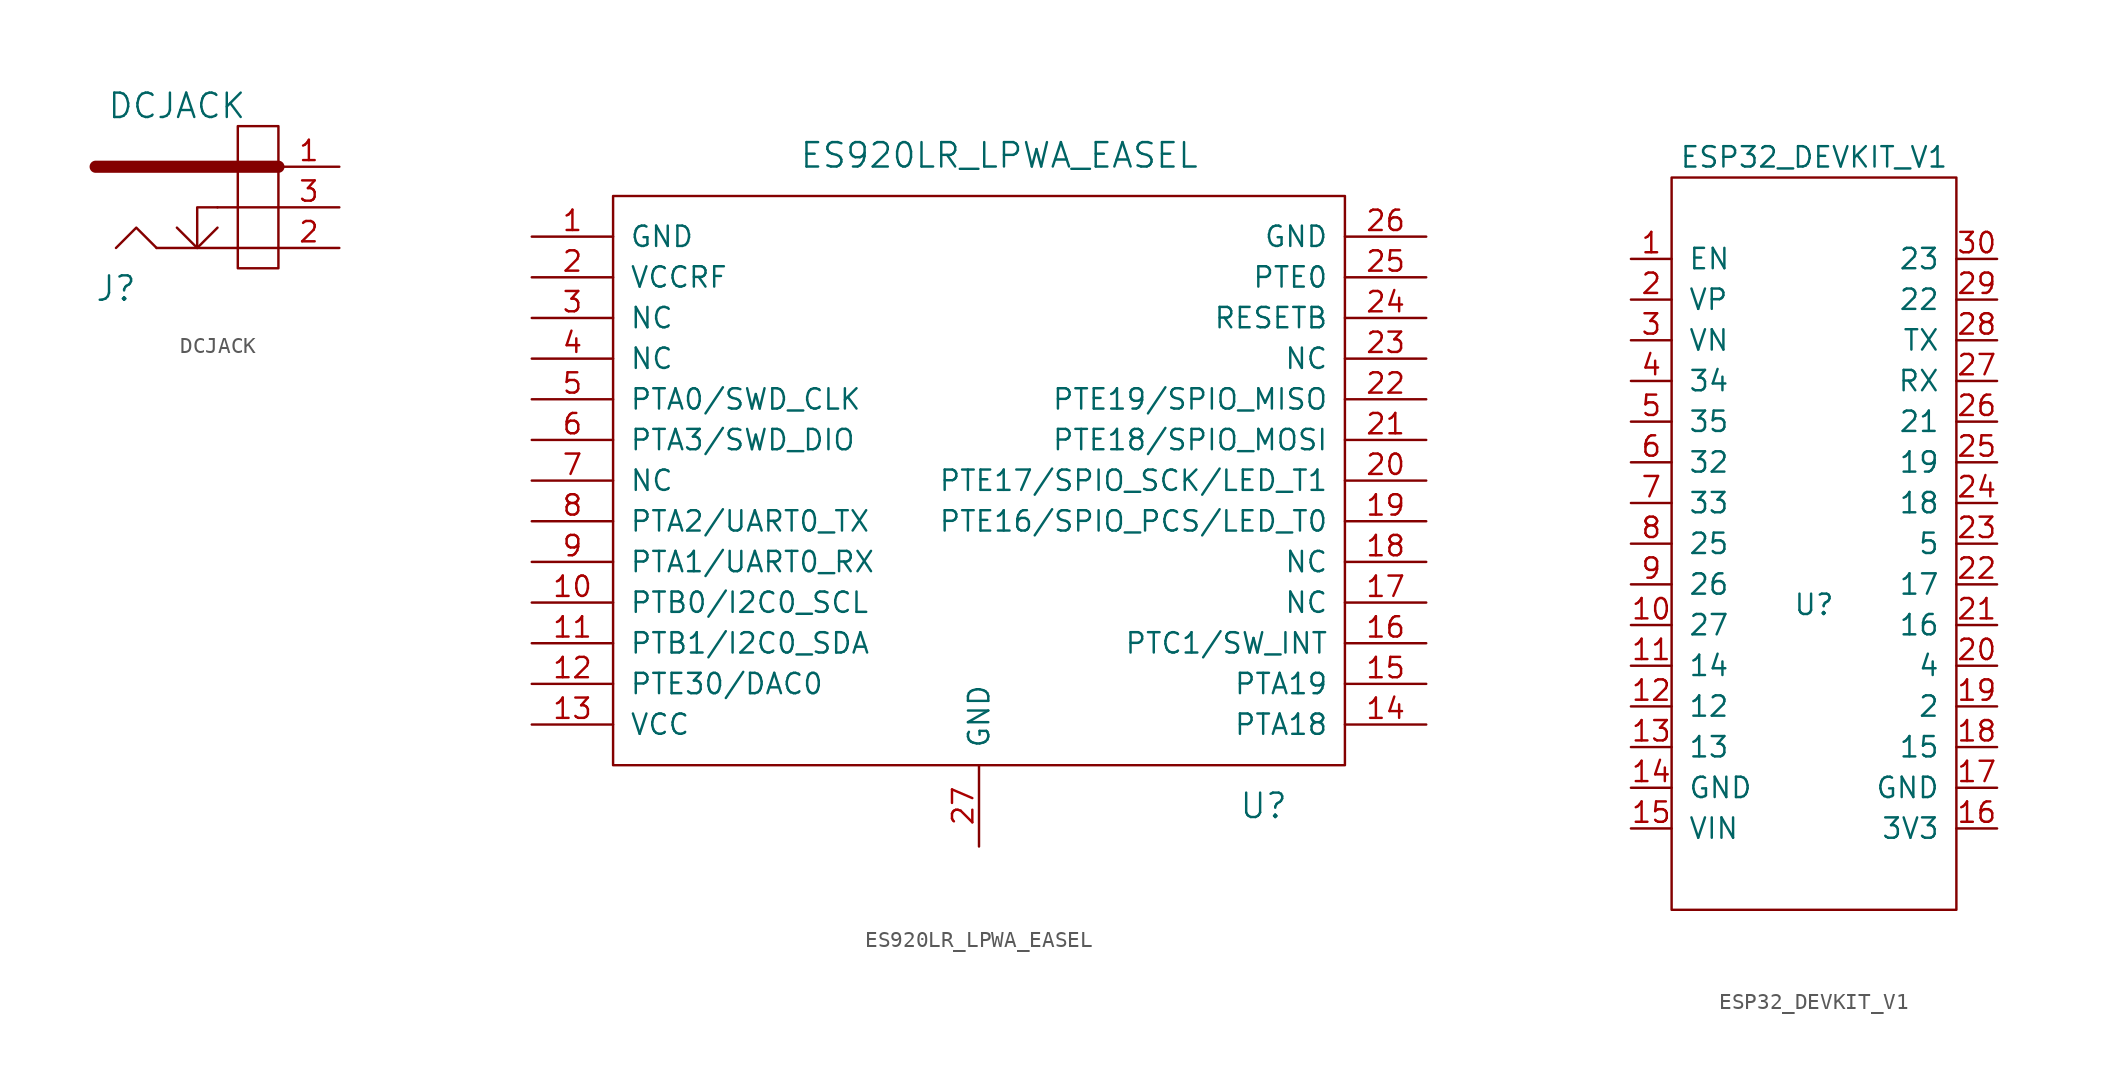
<source format=kicad_sym>
(kicad_symbol_lib
  (version 20220914)
  (generator kicad_symbol_editor)
  (symbol "DCJACK"
    (pin_names
      (offset 1.016))
    (property "Reference" "J"
      (at -2.54 -6.35 0)
      (effects (font (size 1.524 1.524))))
    (property "Value" "DCJACK"
      (at 1.27 5.08 0)
      (effects (font (size 1.524 1.524))))
    (property "Footprint" ""
      (at 0 0 0)
      (effects (font (size 1.524 1.524))))
    (property "Datasheet" ""
      (at 0 0 0)
      (effects (font (size 1.524 1.524))))
    (symbol "DCJACK_0_1"
      (polyline (pts (xy 0 1.27) (xy 0 1.27)) (stroke (width 0.254) (type solid)) (fill (type none)))
      (polyline (pts (xy -3.81 1.27) (xy 7.62 1.27) (xy 1.27 1.27)) (stroke (width 0.762) (type solid)) (fill (type none)))
      (polyline (pts (xy 3.81 -1.27) (xy 7.62 -1.27) (xy 7.62 -1.27)) (stroke (width 0) (type solid)) (fill (type none)))
      (polyline (pts (xy 0 -3.81) (xy -1.27 -2.54) (xy -2.54 -3.81) (xy -2.54 -3.81)) (stroke (width 0) (type solid)) (fill (type none)))
      (polyline (pts (xy 0 -3.81) (xy 7.62 -3.81) (xy 7.62 -3.81) (xy 7.62 -3.81)) (stroke (width 0) (type solid)) (fill (type none)))
      (polyline (pts (xy 1.27 -2.54) (xy 2.54 -3.81) (xy 3.81 -2.54) (xy 3.81 -2.54)) (stroke (width 0) (type solid)) (fill (type none)))
      (polyline (pts (xy 3.81 -1.27) (xy 2.54 -1.27) (xy 2.54 -3.81) (xy 2.54 -3.81)) (stroke (width 0) (type solid)) (fill (type none)))
      (polyline (pts (xy 6.35 3.81) (xy 7.62 3.81) (xy 7.62 -5.08) (xy 5.08 -5.08) (xy 5.08 3.81) (xy 6.35 3.81)) (stroke (width 0) (type solid)) (fill (type none))))
    (symbol "DCJACK_1_1"
      (pin power_in line (at 11.43 1.27 180) (length 3.81) (name "~" (effects (font (size 1.27 1.27)))) (number "1" (effects (font (size 1.27 1.27)))))
      (pin power_in line (at 11.43 -3.81 180) (length 3.81) (name "~" (effects (font (size 1.27 1.27)))) (number "2" (effects (font (size 1.27 1.27)))))
      (pin passive line (at 11.43 -1.27 180) (length 3.81) (name "~" (effects (font (size 1.27 1.27)))) (number "3" (effects (font (size 1.27 1.27)))))))
  (symbol "ES920LR_LPWA_EASEL"
    (pin_names
      (offset 1.016))
    (property "Reference" "U"
      (at 17.78 -20.32 0)
      (effects (font (size 1.524 1.524))))
    (property "Value" "ES920LR_LPWA_EASEL"
      (at 1.27 20.32 0)
      (effects (font (size 1.524 1.524))))
    (property "Footprint" ""
      (at -2.54 -2.54 0)
      (effects (font (size 1.524 1.524))))
    (property "Datasheet" ""
      (at -2.54 -2.54 0)
      (effects (font (size 1.524 1.524))))
    (symbol "ES920LR_LPWA_EASEL_0_1"
      (rectangle (start -22.86 17.78) (end 22.86 -17.78) (stroke (width 0) (type solid)) (fill (type none))))
    (symbol "ES920LR_LPWA_EASEL_1_1"
      (pin input line (at -27.94 15.24 0) (length 5.08) (name "GND" (effects (font (size 1.27 1.27)))) (number "1" (effects (font (size 1.27 1.27)))))
      (pin input line (at -27.94 -7.62 0) (length 5.08) (name "PTB0/I2C0_SCL" (effects (font (size 1.27 1.27)))) (number "10" (effects (font (size 1.27 1.27)))))
      (pin input line (at -27.94 -10.16 0) (length 5.08) (name "PTB1/I2C0_SDA" (effects (font (size 1.27 1.27)))) (number "11" (effects (font (size 1.27 1.27)))))
      (pin input line (at -27.94 -12.7 0) (length 5.08) (name "PTE30/DAC0" (effects (font (size 1.27 1.27)))) (number "12" (effects (font (size 1.27 1.27)))))
      (pin input line (at -27.94 -15.24 0) (length 5.08) (name "VCC" (effects (font (size 1.27 1.27)))) (number "13" (effects (font (size 1.27 1.27)))))
      (pin input line (at 27.94 -15.24 180) (length 5.08) (name "PTA18" (effects (font (size 1.27 1.27)))) (number "14" (effects (font (size 1.27 1.27)))))
      (pin input line (at 27.94 -12.7 180) (length 5.08) (name "PTA19" (effects (font (size 1.27 1.27)))) (number "15" (effects (font (size 1.27 1.27)))))
      (pin input line (at 27.94 -10.16 180) (length 5.08) (name "PTC1/SW_INT" (effects (font (size 1.27 1.27)))) (number "16" (effects (font (size 1.27 1.27)))))
      (pin input line (at 27.94 -7.62 180) (length 5.08) (name "NC" (effects (font (size 1.27 1.27)))) (number "17" (effects (font (size 1.27 1.27)))))
      (pin input line (at 27.94 -5.08 180) (length 5.08) (name "NC" (effects (font (size 1.27 1.27)))) (number "18" (effects (font (size 1.27 1.27)))))
      (pin input line (at 27.94 -2.54 180) (length 5.08) (name "PTE16/SPIO_PCS/LED_T0" (effects (font (size 1.27 1.27)))) (number "19" (effects (font (size 1.27 1.27)))))
      (pin input line (at -27.94 12.7 0) (length 5.08) (name "VCCRF" (effects (font (size 1.27 1.27)))) (number "2" (effects (font (size 1.27 1.27)))))
      (pin input line (at 27.94 0 180) (length 5.08) (name "PTE17/SPIO_SCK/LED_T1" (effects (font (size 1.27 1.27)))) (number "20" (effects (font (size 1.27 1.27)))))
      (pin input line (at 27.94 2.54 180) (length 5.08) (name "PTE18/SPIO_MOSI" (effects (font (size 1.27 1.27)))) (number "21" (effects (font (size 1.27 1.27)))))
      (pin input line (at 27.94 5.08 180) (length 5.08) (name "PTE19/SPIO_MISO" (effects (font (size 1.27 1.27)))) (number "22" (effects (font (size 1.27 1.27)))))
      (pin input line (at 27.94 7.62 180) (length 5.08) (name "NC" (effects (font (size 1.27 1.27)))) (number "23" (effects (font (size 1.27 1.27)))))
      (pin input line (at 27.94 10.16 180) (length 5.08) (name "RESETB" (effects (font (size 1.27 1.27)))) (number "24" (effects (font (size 1.27 1.27)))))
      (pin input line (at 27.94 12.7 180) (length 5.08) (name "PTE0" (effects (font (size 1.27 1.27)))) (number "25" (effects (font (size 1.27 1.27)))))
      (pin input line (at 27.94 15.24 180) (length 5.08) (name "GND" (effects (font (size 1.27 1.27)))) (number "26" (effects (font (size 1.27 1.27)))))
      (pin input line (at 0 -22.86 90) (length 5.08) (name "GND" (effects (font (size 1.27 1.27)))) (number "27" (effects (font (size 1.27 1.27)))))
      (pin input line (at -27.94 10.16 0) (length 5.08) (name "NC" (effects (font (size 1.27 1.27)))) (number "3" (effects (font (size 1.27 1.27)))))
      (pin input line (at -27.94 7.62 0) (length 5.08) (name "NC" (effects (font (size 1.27 1.27)))) (number "4" (effects (font (size 1.27 1.27)))))
      (pin input line (at -27.94 5.08 0) (length 5.08) (name "PTA0/SWD_CLK" (effects (font (size 1.27 1.27)))) (number "5" (effects (font (size 1.27 1.27)))))
      (pin input line (at -27.94 2.54 0) (length 5.08) (name "PTA3/SWD_DIO" (effects (font (size 1.27 1.27)))) (number "6" (effects (font (size 1.27 1.27)))))
      (pin input line (at -27.94 0 0) (length 5.08) (name "NC" (effects (font (size 1.27 1.27)))) (number "7" (effects (font (size 1.27 1.27)))))
      (pin input line (at -27.94 -2.54 0) (length 5.08) (name "PTA2/UART0_TX" (effects (font (size 1.27 1.27)))) (number "8" (effects (font (size 1.27 1.27)))))
      (pin input line (at -27.94 -5.08 0) (length 5.08) (name "PTA1/UART0_RX" (effects (font (size 1.27 1.27)))) (number "9" (effects (font (size 1.27 1.27)))))))
  (symbol "ESP32_DEVKIT_V1"
    (pin_names
      (offset 1.016))
    (property "Reference" "U"
      (at 0 0 0)
      (effects (font (size 1.27 1.27))))
    (property "Value" "ESP32_DEVKIT_V1"
      (at 0 27.94 0)
      (effects (font (size 1.27 1.27))))
    (symbol "ESP32_DEVKIT_V1_0_1"
      (rectangle (start -8.89 26.67) (end 8.89 -19.05) (stroke (width 0) (type solid)) (fill (type none))))
    (symbol "ESP32_DEVKIT_V1_1_1"
      (pin input line (at -11.43 21.59 0) (length 2.54) (name "EN" (effects (font (size 1.27 1.27)))) (number "1" (effects (font (size 1.27 1.27)))))
      (pin input line (at -11.43 -1.27 0) (length 2.54) (name "27" (effects (font (size 1.27 1.27)))) (number "10" (effects (font (size 1.27 1.27)))))
      (pin input line (at -11.43 -3.81 0) (length 2.54) (name "14" (effects (font (size 1.27 1.27)))) (number "11" (effects (font (size 1.27 1.27)))))
      (pin input line (at -11.43 -6.35 0) (length 2.54) (name "12" (effects (font (size 1.27 1.27)))) (number "12" (effects (font (size 1.27 1.27)))))
      (pin input line (at -11.43 -8.89 0) (length 2.54) (name "13" (effects (font (size 1.27 1.27)))) (number "13" (effects (font (size 1.27 1.27)))))
      (pin input line (at -11.43 -11.43 0) (length 2.54) (name "GND" (effects (font (size 1.27 1.27)))) (number "14" (effects (font (size 1.27 1.27)))))
      (pin input line (at -11.43 -13.97 0) (length 2.54) (name "VIN" (effects (font (size 1.27 1.27)))) (number "15" (effects (font (size 1.27 1.27)))))
      (pin input line (at 11.43 -13.97 180) (length 2.54) (name "3V3" (effects (font (size 1.27 1.27)))) (number "16" (effects (font (size 1.27 1.27)))))
      (pin input line (at 11.43 -11.43 180) (length 2.54) (name "GND" (effects (font (size 1.27 1.27)))) (number "17" (effects (font (size 1.27 1.27)))))
      (pin input line (at 11.43 -8.89 180) (length 2.54) (name "15" (effects (font (size 1.27 1.27)))) (number "18" (effects (font (size 1.27 1.27)))))
      (pin input line (at 11.43 -6.35 180) (length 2.54) (name "2" (effects (font (size 1.27 1.27)))) (number "19" (effects (font (size 1.27 1.27)))))
      (pin input line (at -11.43 19.05 0) (length 2.54) (name "VP" (effects (font (size 1.27 1.27)))) (number "2" (effects (font (size 1.27 1.27)))))
      (pin input line (at 11.43 -3.81 180) (length 2.54) (name "4" (effects (font (size 1.27 1.27)))) (number "20" (effects (font (size 1.27 1.27)))))
      (pin input line (at 11.43 -1.27 180) (length 2.54) (name "16" (effects (font (size 1.27 1.27)))) (number "21" (effects (font (size 1.27 1.27)))))
      (pin input line (at 11.43 1.27 180) (length 2.54) (name "17" (effects (font (size 1.27 1.27)))) (number "22" (effects (font (size 1.27 1.27)))))
      (pin input line (at 11.43 3.81 180) (length 2.54) (name "5" (effects (font (size 1.27 1.27)))) (number "23" (effects (font (size 1.27 1.27)))))
      (pin input line (at 11.43 6.35 180) (length 2.54) (name "18" (effects (font (size 1.27 1.27)))) (number "24" (effects (font (size 1.27 1.27)))))
      (pin input line (at 11.43 8.89 180) (length 2.54) (name "19" (effects (font (size 1.27 1.27)))) (number "25" (effects (font (size 1.27 1.27)))))
      (pin input line (at 11.43 11.43 180) (length 2.54) (name "21" (effects (font (size 1.27 1.27)))) (number "26" (effects (font (size 1.27 1.27)))))
      (pin input line (at 11.43 13.97 180) (length 2.54) (name "RX" (effects (font (size 1.27 1.27)))) (number "27" (effects (font (size 1.27 1.27)))))
      (pin input line (at 11.43 16.51 180) (length 2.54) (name "TX" (effects (font (size 1.27 1.27)))) (number "28" (effects (font (size 1.27 1.27)))))
      (pin input line (at 11.43 19.05 180) (length 2.54) (name "22" (effects (font (size 1.27 1.27)))) (number "29" (effects (font (size 1.27 1.27)))))
      (pin input line (at -11.43 16.51 0) (length 2.54) (name "VN" (effects (font (size 1.27 1.27)))) (number "3" (effects (font (size 1.27 1.27)))))
      (pin input line (at 11.43 21.59 180) (length 2.54) (name "23" (effects (font (size 1.27 1.27)))) (number "30" (effects (font (size 1.27 1.27)))))
      (pin input line (at -11.43 13.97 0) (length 2.54) (name "34" (effects (font (size 1.27 1.27)))) (number "4" (effects (font (size 1.27 1.27)))))
      (pin input line (at -11.43 11.43 0) (length 2.54) (name "35" (effects (font (size 1.27 1.27)))) (number "5" (effects (font (size 1.27 1.27)))))
      (pin input line (at -11.43 8.89 0) (length 2.54) (name "32" (effects (font (size 1.27 1.27)))) (number "6" (effects (font (size 1.27 1.27)))))
      (pin input line (at -11.43 6.35 0) (length 2.54) (name "33" (effects (font (size 1.27 1.27)))) (number "7" (effects (font (size 1.27 1.27)))))
      (pin input line (at -11.43 3.81 0) (length 2.54) (name "25" (effects (font (size 1.27 1.27)))) (number "8" (effects (font (size 1.27 1.27)))))
      (pin input line (at -11.43 1.27 0) (length 2.54) (name "26" (effects (font (size 1.27 1.27)))) (number "9" (effects (font (size 1.27 1.27))))))))
</source>
